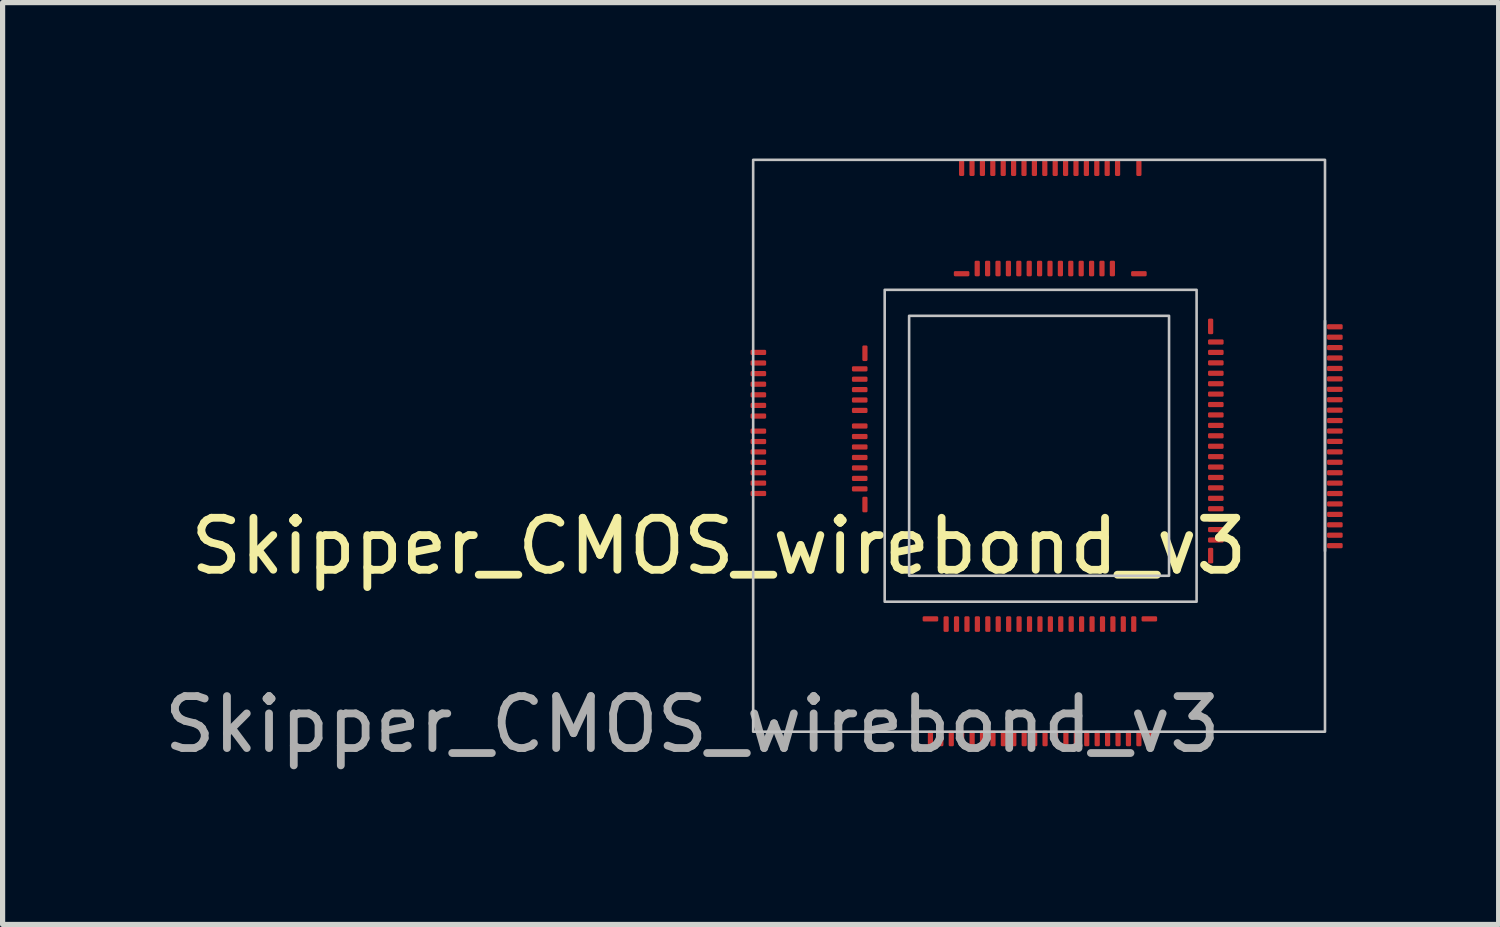
<source format=kicad_pcb>
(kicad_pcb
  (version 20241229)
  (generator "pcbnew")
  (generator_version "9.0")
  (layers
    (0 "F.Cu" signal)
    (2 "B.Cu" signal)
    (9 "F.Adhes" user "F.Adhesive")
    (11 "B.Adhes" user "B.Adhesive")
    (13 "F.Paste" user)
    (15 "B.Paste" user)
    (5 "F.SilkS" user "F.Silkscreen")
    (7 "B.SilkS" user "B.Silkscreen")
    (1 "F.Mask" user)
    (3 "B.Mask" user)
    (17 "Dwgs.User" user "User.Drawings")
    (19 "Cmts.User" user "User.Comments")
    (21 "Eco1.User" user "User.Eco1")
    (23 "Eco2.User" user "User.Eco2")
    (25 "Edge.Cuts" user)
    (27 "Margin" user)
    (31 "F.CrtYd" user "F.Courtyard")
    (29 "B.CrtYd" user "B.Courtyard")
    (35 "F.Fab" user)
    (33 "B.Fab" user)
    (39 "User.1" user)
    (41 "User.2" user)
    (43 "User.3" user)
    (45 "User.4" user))
  (footprint "Skipper_CMOS_wirebond_v3"
    (layer "F.Cu")
    (at 14.438 8.025)
    (property "Reference" "Skipper_CMOS_wirebond_v3" (at -3.66 -0.57 0) (unlocked yes) (layer "F.SilkS") (effects (font (size 1 1) (thickness 0.15))))
    (attr smd)
    (fp_line (start 8 -0.475) (end 8 -4.905) (stroke (width 0.05) (type solid)) (layer "Dwgs.User"))
    (fp_rect (start -3 -8) (end 8 3) (stroke (width 0.05) (type solid)) (fill no) (layer "Dwgs.User"))
    (fp_rect (start -0.47 -5.5) (end 5.53 0.5) (stroke (width 0.05) (type solid)) (fill no) (layer "Dwgs.User"))
    (fp_rect (start 0 0) (end 5 -5) (stroke (width 0.05) (type solid)) (fill no) (layer "Dwgs.User"))
    (fp_rect (start 0.23 -1.55) (end 0.75 -4.19) (stroke (width 0.05) (type solid)) (fill no) (layer "User.1"))
    (fp_rect (start 0.5 -0.66) (end 4.55 -0.18) (stroke (width 0.05) (type solid)) (fill no) (layer "User.1"))
    (fp_rect (start 1.105 -4.8) (end 3.935 -4.28) (stroke (width 0.05) (type solid)) (fill no) (layer "User.1"))
    (fp_rect (start 4.33 -0.79) (end 4.76 -4.69) (stroke (width 0.05) (type solid)) (fill no) (layer "User.1"))
    (fp_text user "${REFERENCE}" (at -4.17 2.86 0) (unlocked yes) (layer "F.Fab") (effects (font (size 1 1) (thickness 0.15))))
    (fp_text user "Analog Front-End" (at 2.53 -0.41 0) (unlocked yes) (layer "User.1") (effects (font (size 0.27 0.27) (thickness 0.04))))
    (fp_text user "TOP pixel Supplies-REFs" (at 2.51 -4.53 180) (unlocked yes) (layer "User.1") (effects (font (size 0.14 0.14) (thickness 0.02))))
    (fp_text user "Matrix Ctrl Logic" (at 0.48 -2.88 270) (unlocked yes) (layer "User.1") (effects (font (size 0.2 0.2) (thickness 0.035))))
    (fp_text user "Test Structures" (at 4.55 -2.75 90) (unlocked yes) (layer "User.1") (effects (font (size 0.27 0.27) (thickness 0.04))))
    (pad "" smd roundrect (at 0.076 -4.279 180) (size 0.12 0.08) (layers "F.Mask" "F.Paste") (roundrect_rratio 0.25))
    (pad "" smd roundrect (at 0.076 -4.179 180) (size 0.12 0.08) (layers "F.Mask" "F.Paste") (roundrect_rratio 0.25))
    (pad "" smd roundrect (at 0.076 -4.08 180) (size 0.12 0.08) (layers "F.Mask" "F.Paste") (roundrect_rratio 0.25))
    (pad "" smd roundrect (at 0.076 -3.979 180) (size 0.12 0.08) (layers "F.Mask" "F.Paste") (roundrect_rratio 0.25))
    (pad "" smd roundrect (at 0.076 -3.88 180) (size 0.12 0.08) (layers "F.Mask" "F.Paste") (roundrect_rratio 0.25))
    (pad "" smd roundrect (at 0.076 -3.78 180) (size 0.12 0.08) (layers "F.Mask" "F.Paste") (roundrect_rratio 0.25))
    (pad "" smd roundrect (at 0.076 -3.679 180) (size 0.12 0.08) (layers "F.Mask" "F.Paste") (roundrect_rratio 0.25))
    (pad "" smd roundrect (at 0.076 -3.579 180) (size 0.12 0.08) (layers "F.Mask" "F.Paste") (roundrect_rratio 0.25))
    (pad "" smd roundrect (at 0.076 -3.479 180) (size 0.12 0.08) (layers "F.Mask" "F.Paste") (roundrect_rratio 0.25))
    (pad "" smd roundrect (at 0.076 -3.38 180) (size 0.12 0.08) (layers "F.Mask" "F.Paste") (roundrect_rratio 0.25))
    (pad "" smd roundrect (at 0.076 -3.28 180) (size 0.12 0.08) (layers "F.Mask" "F.Paste") (roundrect_rratio 0.25))
    (pad "" smd roundrect (at 0.076 -3.179 180) (size 0.12 0.08) (layers "F.Mask" "F.Paste") (roundrect_rratio 0.25))
    (pad "" smd roundrect (at 0.076 -3.079 180) (size 0.12 0.08) (layers "F.Mask" "F.Paste") (roundrect_rratio 0.25))
    (pad "" smd roundrect (at 0.076 -2.88 180) (size 0.12 0.08) (layers "F.Mask" "F.Paste") (roundrect_rratio 0.25))
    (pad "" smd roundrect (at 0.076 -2.78 180) (size 0.12 0.08) (layers "F.Mask" "F.Paste") (roundrect_rratio 0.25))
    (pad "" smd roundrect (at 0.076 -2.679 180) (size 0.12 0.08) (layers "F.Mask" "F.Paste") (roundrect_rratio 0.25))
    (pad "" smd roundrect (at 0.076 -2.579 180) (size 0.12 0.08) (layers "F.Mask" "F.Paste") (roundrect_rratio 0.25))
    (pad "" smd roundrect (at 0.076 -2.479 180) (size 0.12 0.08) (layers "F.Mask" "F.Paste") (roundrect_rratio 0.25))
    (pad "" smd roundrect (at 0.076 -2.38 180) (size 0.12 0.08) (layers "F.Mask" "F.Paste") (roundrect_rratio 0.25))
    (pad "" smd roundrect (at 0.076 -2.28 180) (size 0.12 0.08) (layers "F.Mask" "F.Paste") (roundrect_rratio 0.25))
    (pad "" smd roundrect (at 0.076 -2.179 180) (size 0.12 0.08) (layers "F.Mask" "F.Paste") (roundrect_rratio 0.25))
    (pad "" smd roundrect (at 0.076 -2.079 180) (size 0.12 0.08) (layers "F.Mask" "F.Paste") (roundrect_rratio 0.25))
    (pad "" smd roundrect (at 0.076 -1.98 180) (size 0.12 0.08) (layers "F.Mask" "F.Paste") (roundrect_rratio 0.25))
    (pad "" smd roundrect (at 0.076 -1.879 180) (size 0.12 0.08) (layers "F.Mask" "F.Paste") (roundrect_rratio 0.25))
    (pad "" smd roundrect (at 0.076 -1.78 180) (size 0.12 0.08) (layers "F.Mask" "F.Paste") (roundrect_rratio 0.25))
    (pad "" smd roundrect (at 0.076 -1.679 180) (size 0.12 0.08) (layers "F.Mask" "F.Paste") (roundrect_rratio 0.25))
    (pad "" smd roundrect (at 0.076 -1.579 180) (size 0.12 0.08) (layers "F.Mask" "F.Paste") (roundrect_rratio 0.25))
    (pad "" smd roundrect (at 0.076 -1.48 180) (size 0.12 0.08) (layers "F.Mask" "F.Paste") (roundrect_rratio 0.25))
    (pad "" smd roundrect (at 0.413 -0.071 90) (size 0.12 0.08) (layers "F.Mask" "F.Paste") (roundrect_rratio 0.25))
    (pad "" smd roundrect (at 0.513 -0.071 90) (size 0.12 0.08) (layers "F.Mask" "F.Paste") (roundrect_rratio 0.25))
    (pad "" smd roundrect (at 0.614 -0.071 90) (size 0.12 0.08) (layers "F.Mask" "F.Paste") (roundrect_rratio 0.25))
    (pad "" smd roundrect (at 0.714 -0.071 90) (size 0.12 0.08) (layers "F.Mask" "F.Paste") (roundrect_rratio 0.25))
    (pad "" smd roundrect (at 0.814 -0.071 90) (size 0.12 0.08) (layers "F.Mask" "F.Paste") (roundrect_rratio 0.25))
    (pad "" smd roundrect (at 0.913 -0.071 90) (size 0.12 0.08) (layers "F.Mask" "F.Paste") (roundrect_rratio 0.25))
    (pad "" smd roundrect (at 1.014 -4.928 90) (size 0.12 0.08) (layers "F.Mask" "F.Paste") (roundrect_rratio 0.25))
    (pad "" smd roundrect (at 1.014 -0.071 90) (size 0.12 0.08) (layers "F.Mask" "F.Paste") (roundrect_rratio 0.25))
    (pad "" smd roundrect (at 1.113 -4.928 90) (size 0.12 0.08) (layers "F.Mask" "F.Paste") (roundrect_rratio 0.25))
    (pad "" smd roundrect (at 1.113 -0.071 90) (size 0.12 0.08) (layers "F.Mask" "F.Paste") (roundrect_rratio 0.25))
    (pad "" smd roundrect (at 1.214 -4.928 90) (size 0.12 0.08) (layers "F.Mask" "F.Paste") (roundrect_rratio 0.25))
    (pad "" smd roundrect (at 1.214 -0.071 90) (size 0.12 0.08) (layers "F.Mask" "F.Paste") (roundrect_rratio 0.25))
    (pad "" smd roundrect (at 1.313 -4.928 90) (size 0.12 0.08) (layers "F.Mask" "F.Paste") (roundrect_rratio 0.25))
    (pad "" smd roundrect (at 1.313 -0.071 90) (size 0.12 0.08) (layers "F.Mask" "F.Paste") (roundrect_rratio 0.25))
    (pad "" smd roundrect (at 1.413 -4.928 90) (size 0.12 0.08) (layers "F.Mask" "F.Paste") (roundrect_rratio 0.25))
    (pad "" smd roundrect (at 1.413 -0.071 90) (size 0.12 0.08) (layers "F.Mask" "F.Paste") (roundrect_rratio 0.25))
    (pad "" smd roundrect (at 1.514 -4.928 90) (size 0.12 0.08) (layers "F.Mask" "F.Paste") (roundrect_rratio 0.25))
    (pad "" smd roundrect (at 1.514 -0.071 90) (size 0.12 0.08) (layers "F.Mask" "F.Paste") (roundrect_rratio 0.25))
    (pad "" smd roundrect (at 1.613 -4.928 90) (size 0.12 0.08) (layers "F.Mask" "F.Paste") (roundrect_rratio 0.25))
    (pad "" smd roundrect (at 1.613 -0.071 90) (size 0.12 0.08) (layers "F.Mask" "F.Paste") (roundrect_rratio 0.25))
    (pad "" smd roundrect (at 1.714 -4.928 90) (size 0.12 0.08) (layers "F.Mask" "F.Paste") (roundrect_rratio 0.25))
    (pad "" smd roundrect (at 1.714 -0.071 90) (size 0.12 0.08) (layers "F.Mask" "F.Paste") (roundrect_rratio 0.25))
    (pad "" smd roundrect (at 1.813 -4.928 90) (size 0.12 0.08) (layers "F.Mask" "F.Paste") (roundrect_rratio 0.25))
    (pad "" smd roundrect (at 1.813 -0.071 90) (size 0.12 0.08) (layers "F.Mask" "F.Paste") (roundrect_rratio 0.25))
    (pad "" smd roundrect (at 1.913 -4.928 90) (size 0.12 0.08) (layers "F.Mask" "F.Paste") (roundrect_rratio 0.25))
    (pad "" smd roundrect (at 1.913 -0.071 90) (size 0.12 0.08) (layers "F.Mask" "F.Paste") (roundrect_rratio 0.25))
    (pad "" smd roundrect (at 2.014 -4.928 90) (size 0.12 0.08) (layers "F.Mask" "F.Paste") (roundrect_rratio 0.25))
    (pad "" smd roundrect (at 2.014 -0.071 90) (size 0.12 0.08) (layers "F.Mask" "F.Paste") (roundrect_rratio 0.25))
    (pad "" smd roundrect (at 2.114 -4.928 90) (size 0.12 0.08) (layers "F.Mask" "F.Paste") (roundrect_rratio 0.25))
    (pad "" smd roundrect (at 2.114 -0.071 90) (size 0.12 0.08) (layers "F.Mask" "F.Paste") (roundrect_rratio 0.25))
    (pad "" smd roundrect (at 2.213 -4.928 90) (size 0.12 0.08) (layers "F.Mask" "F.Paste") (roundrect_rratio 0.25))
    (pad "" smd roundrect (at 2.213 -0.071 90) (size 0.12 0.08) (layers "F.Mask" "F.Paste") (roundrect_rratio 0.25))
    (pad "" smd roundrect (at 2.313 -4.928 90) (size 0.12 0.08) (layers "F.Mask" "F.Paste") (roundrect_rratio 0.25))
    (pad "" smd roundrect (at 2.313 -0.071 90) (size 0.12 0.08) (layers "F.Mask" "F.Paste") (roundrect_rratio 0.25))
    (pad "" smd roundrect (at 2.413 -4.928 90) (size 0.12 0.08) (layers "F.Mask" "F.Paste") (roundrect_rratio 0.25))
    (pad "" smd roundrect (at 2.413 -0.071 90) (size 0.12 0.08) (layers "F.Mask" "F.Paste") (roundrect_rratio 0.25))
    (pad "" smd roundrect (at 2.514 -4.928 90) (size 0.12 0.08) (layers "F.Mask" "F.Paste") (roundrect_rratio 0.25))
    (pad "" smd roundrect (at 2.514 -0.071 90) (size 0.12 0.08) (layers "F.Mask" "F.Paste") (roundrect_rratio 0.25))
    (pad "" smd roundrect (at 2.614 -4.928 90) (size 0.12 0.08) (layers "F.Mask" "F.Paste") (roundrect_rratio 0.25))
    (pad "" smd roundrect (at 2.614 -0.071 90) (size 0.12 0.08) (layers "F.Mask" "F.Paste") (roundrect_rratio 0.25))
    (pad "" smd roundrect (at 2.713 -4.928 90) (size 0.12 0.08) (layers "F.Mask" "F.Paste") (roundrect_rratio 0.25))
    (pad "" smd roundrect (at 2.713 -0.071 90) (size 0.12 0.08) (layers "F.Mask" "F.Paste") (roundrect_rratio 0.25))
    (pad "" smd roundrect (at 2.813 -4.928 90) (size 0.12 0.08) (layers "F.Mask" "F.Paste") (roundrect_rratio 0.25))
    (pad "" smd roundrect (at 2.813 -0.071 90) (size 0.12 0.08) (layers "F.Mask" "F.Paste") (roundrect_rratio 0.25))
    (pad "" smd roundrect (at 2.913 -4.928 90) (size 0.12 0.08) (layers "F.Mask" "F.Paste") (roundrect_rratio 0.25))
    (pad "" smd roundrect (at 2.913 -0.071 90) (size 0.12 0.08) (layers "F.Mask" "F.Paste") (roundrect_rratio 0.25))
    (pad "" smd roundrect (at 3.014 -4.928 90) (size 0.12 0.08) (layers "F.Mask" "F.Paste") (roundrect_rratio 0.25))
    (pad "" smd roundrect (at 3.014 -0.071 90) (size 0.12 0.08) (layers "F.Mask" "F.Paste") (roundrect_rratio 0.25))
    (pad "" smd roundrect (at 3.114 -4.928 90) (size 0.12 0.08) (layers "F.Mask" "F.Paste") (roundrect_rratio 0.25))
    (pad "" smd roundrect (at 3.114 -0.071 90) (size 0.12 0.08) (layers "F.Mask" "F.Paste") (roundrect_rratio 0.25))
    (pad "" smd roundrect (at 3.213 -4.928 90) (size 0.12 0.08) (layers "F.Mask" "F.Paste") (roundrect_rratio 0.25))
    (pad "" smd roundrect (at 3.213 -0.071 90) (size 0.12 0.08) (layers "F.Mask" "F.Paste") (roundrect_rratio 0.25))
    (pad "" smd roundrect (at 3.313 -4.928 90) (size 0.12 0.08) (layers "F.Mask" "F.Paste") (roundrect_rratio 0.25))
    (pad "" smd roundrect (at 3.313 -0.071 90) (size 0.12 0.08) (layers "F.Mask" "F.Paste") (roundrect_rratio 0.25))
    (pad "" smd roundrect (at 3.413 -4.928 90) (size 0.12 0.08) (layers "F.Mask" "F.Paste") (roundrect_rratio 0.25))
    (pad "" smd roundrect (at 3.413 -0.071 90) (size 0.12 0.08) (layers "F.Mask" "F.Paste") (roundrect_rratio 0.25))
    (pad "" smd roundrect (at 3.514 -4.928 90) (size 0.12 0.08) (layers "F.Mask" "F.Paste") (roundrect_rratio 0.25))
    (pad "" smd roundrect (at 3.514 -0.071 90) (size 0.12 0.08) (layers "F.Mask" "F.Paste") (roundrect_rratio 0.25))
    (pad "" smd roundrect (at 3.614 -4.928 90) (size 0.12 0.08) (layers "F.Mask" "F.Paste") (roundrect_rratio 0.25))
    (pad "" smd roundrect (at 3.614 -0.071 90) (size 0.12 0.08) (layers "F.Mask" "F.Paste") (roundrect_rratio 0.25))
    (pad "" smd roundrect (at 3.713 -4.928 90) (size 0.12 0.08) (layers "F.Mask" "F.Paste") (roundrect_rratio 0.25))
    (pad "" smd roundrect (at 3.713 -0.071 90) (size 0.12 0.08) (layers "F.Mask" "F.Paste") (roundrect_rratio 0.25))
    (pad "" smd roundrect (at 3.813 -4.928 90) (size 0.12 0.08) (layers "F.Mask" "F.Paste") (roundrect_rratio 0.25))
    (pad "" smd roundrect (at 3.813 -0.071 90) (size 0.12 0.08) (layers "F.Mask" "F.Paste") (roundrect_rratio 0.25))
    (pad "" smd roundrect (at 3.913 -4.928 90) (size 0.12 0.08) (layers "F.Mask" "F.Paste") (roundrect_rratio 0.25))
    (pad "" smd roundrect (at 3.913 -0.071 90) (size 0.12 0.08) (layers "F.Mask" "F.Paste") (roundrect_rratio 0.25))
    (pad "" smd roundrect (at 4.013 -4.928 90) (size 0.12 0.08) (layers "F.Mask" "F.Paste") (roundrect_rratio 0.25))
    (pad "" smd roundrect (at 4.013 -0.071 90) (size 0.12 0.08) (layers "F.Mask" "F.Paste") (roundrect_rratio 0.25))
    (pad "" smd roundrect (at 4.114 -0.071 90) (size 0.12 0.08) (layers "F.Mask" "F.Paste") (roundrect_rratio 0.25))
    (pad "" smd roundrect (at 4.213 -0.071 90) (size 0.12 0.08) (layers "F.Mask" "F.Paste") (roundrect_rratio 0.25))
    (pad "" smd roundrect (at 4.314 -0.071 90) (size 0.12 0.08) (layers "F.Mask" "F.Paste") (roundrect_rratio 0.25))
    (pad "" smd roundrect (at 4.319 -4.928 90) (size 0.12 0.08) (layers "F.Mask" "F.Paste") (roundrect_rratio 0.25))
    (pad "" smd roundrect (at 4.413 -0.071 90) (size 0.12 0.08) (layers "F.Mask" "F.Paste") (roundrect_rratio 0.25))
    (pad "" smd roundrect (at 4.42 -4.928 90) (size 0.12 0.08) (layers "F.Mask" "F.Paste") (roundrect_rratio 0.25))
    (pad "" smd roundrect (at 4.513 -0.071 90) (size 0.12 0.08) (layers "F.Mask" "F.Paste") (roundrect_rratio 0.25))
    (pad "" smd roundrect (at 4.614 -0.071 90) (size 0.12 0.08) (layers "F.Mask" "F.Paste") (roundrect_rratio 0.25))
    (pad "" smd roundrect (at 4.92 -4.79 180) (size 0.12 0.08) (layers "F.Mask" "F.Paste") (roundrect_rratio 0.25))
    (pad "" smd roundrect (at 4.92 -4.689 180) (size 0.12 0.08) (layers "F.Mask" "F.Paste") (roundrect_rratio 0.25))
    (pad "" smd roundrect (at 4.92 -4.59 180) (size 0.12 0.08) (layers "F.Mask" "F.Paste") (roundrect_rratio 0.25))
    (pad "" smd roundrect (at 4.92 -4.489 180) (size 0.12 0.08) (layers "F.Mask" "F.Paste") (roundrect_rratio 0.25))
    (pad "" smd roundrect (at 4.92 -4.389 180) (size 0.12 0.08) (layers "F.Mask" "F.Paste") (roundrect_rratio 0.25))
    (pad "" smd roundrect (at 4.92 -4.29 180) (size 0.12 0.08) (layers "F.Mask" "F.Paste") (roundrect_rratio 0.25))
    (pad "" smd roundrect (at 4.92 -4.189 180) (size 0.12 0.08) (layers "F.Mask" "F.Paste") (roundrect_rratio 0.25))
    (pad "" smd roundrect (at 4.92 -4.09 180) (size 0.12 0.08) (layers "F.Mask" "F.Paste") (roundrect_rratio 0.25))
    (pad "" smd roundrect (at 4.92 -3.99 180) (size 0.12 0.08) (layers "F.Mask" "F.Paste") (roundrect_rratio 0.25))
    (pad "" smd roundrect (at 4.92 -3.889 180) (size 0.12 0.08) (layers "F.Mask" "F.Paste") (roundrect_rratio 0.25))
    (pad "" smd roundrect (at 4.92 -3.789 180) (size 0.12 0.08) (layers "F.Mask" "F.Paste") (roundrect_rratio 0.25))
    (pad "" smd roundrect (at 4.92 -3.689 180) (size 0.12 0.08) (layers "F.Mask" "F.Paste") (roundrect_rratio 0.25))
    (pad "" smd roundrect (at 4.92 -3.59 180) (size 0.12 0.08) (layers "F.Mask" "F.Paste") (roundrect_rratio 0.25))
    (pad "" smd roundrect (at 4.92 -3.49 180) (size 0.12 0.08) (layers "F.Mask" "F.Paste") (roundrect_rratio 0.25))
    (pad "" smd roundrect (at 4.92 -3.389 180) (size 0.12 0.08) (layers "F.Mask" "F.Paste") (roundrect_rratio 0.25))
    (pad "" smd roundrect (at 4.92 -3.289 180) (size 0.12 0.08) (layers "F.Mask" "F.Paste") (roundrect_rratio 0.25))
    (pad "" smd roundrect (at 4.92 -3.189 180) (size 0.12 0.08) (layers "F.Mask" "F.Paste") (roundrect_rratio 0.25))
    (pad "" smd roundrect (at 4.92 -3.09 180) (size 0.12 0.08) (layers "F.Mask" "F.Paste") (roundrect_rratio 0.25))
    (pad "" smd roundrect (at 4.92 -2.99 180) (size 0.12 0.08) (layers "F.Mask" "F.Paste") (roundrect_rratio 0.25))
    (pad "" smd roundrect (at 4.92 -2.889 180) (size 0.12 0.08) (layers "F.Mask" "F.Paste") (roundrect_rratio 0.25))
    (pad "" smd roundrect (at 4.92 -2.789 180) (size 0.12 0.08) (layers "F.Mask" "F.Paste") (roundrect_rratio 0.25))
    (pad "" smd roundrect (at 4.92 -2.689 180) (size 0.12 0.08) (layers "F.Mask" "F.Paste") (roundrect_rratio 0.25))
    (pad "" smd roundrect (at 4.92 -2.59 180) (size 0.12 0.08) (layers "F.Mask" "F.Paste") (roundrect_rratio 0.25))
    (pad "" smd roundrect (at 4.92 -2.49 180) (size 0.12 0.08) (layers "F.Mask" "F.Paste") (roundrect_rratio 0.25))
    (pad "" smd roundrect (at 4.92 -2.389 180) (size 0.12 0.08) (layers "F.Mask" "F.Paste") (roundrect_rratio 0.25))
    (pad "" smd roundrect (at 4.92 -2.289 180) (size 0.12 0.08) (layers "F.Mask" "F.Paste") (roundrect_rratio 0.25))
    (pad "" smd roundrect (at 4.92 -2.189 180) (size 0.12 0.08) (layers "F.Mask" "F.Paste") (roundrect_rratio 0.25))
    (pad "" smd roundrect (at 4.92 -2.09 180) (size 0.12 0.08) (layers "F.Mask" "F.Paste") (roundrect_rratio 0.25))
    (pad "" smd roundrect (at 4.92 -1.99 180) (size 0.12 0.08) (layers "F.Mask" "F.Paste") (roundrect_rratio 0.25))
    (pad "" smd roundrect (at 4.92 -1.889 180) (size 0.12 0.08) (layers "F.Mask" "F.Paste") (roundrect_rratio 0.25))
    (pad "" smd roundrect (at 4.92 -1.79 180) (size 0.12 0.08) (layers "F.Mask" "F.Paste") (roundrect_rratio 0.25))
    (pad "" smd roundrect (at 4.92 -1.69 180) (size 0.12 0.08) (layers "F.Mask" "F.Paste") (roundrect_rratio 0.25))
    (pad "" smd roundrect (at 4.92 -1.589 180) (size 0.12 0.08) (layers "F.Mask" "F.Paste") (roundrect_rratio 0.25))
    (pad "" smd roundrect (at 4.92 -1.49 180) (size 0.12 0.08) (layers "F.Mask" "F.Paste") (roundrect_rratio 0.25))
    (pad "" smd roundrect (at 4.92 -1.389 180) (size 0.12 0.08) (layers "F.Mask" "F.Paste") (roundrect_rratio 0.25))
    (pad "" smd roundrect (at 4.92 -1.29 180) (size 0.12 0.08) (layers "F.Mask" "F.Paste") (roundrect_rratio 0.25))
    (pad "" smd roundrect (at 4.92 -1.19 180) (size 0.12 0.08) (layers "F.Mask" "F.Paste") (roundrect_rratio 0.25))
    (pad "" smd roundrect (at 4.92 -1.089 180) (size 0.12 0.08) (layers "F.Mask" "F.Paste") (roundrect_rratio 0.25))
    (pad "" smd roundrect (at 4.92 -0.99 180) (size 0.12 0.08) (layers "F.Mask" "F.Paste") (roundrect_rratio 0.25))
    (pad "" smd roundrect (at 4.92 -0.889 180) (size 0.12 0.08) (layers "F.Mask" "F.Paste") (roundrect_rratio 0.25))
    (pad "" smd roundrect (at 4.92 -0.789 180) (size 0.12 0.08) (layers "F.Mask" "F.Paste") (roundrect_rratio 0.25))
    (pad "" smd roundrect (at 4.92 -0.69 180) (size 0.12 0.08) (layers "F.Mask" "F.Paste") (roundrect_rratio 0.25))
    (pad "" smd roundrect (at 4.92 -0.59 180) (size 0.12 0.08) (layers "F.Mask" "F.Paste") (roundrect_rratio 0.25))
    (pad "" smd roundrect (at 4.92 -0.489 180) (size 0.12 0.08) (layers "F.Mask" "F.Paste") (roundrect_rratio 0.25))
    (pad "1" smd roundrect (at 0.41 3.13 90) (size 0.3 0.1) (layers "F.Cu" "F.Mask" "F.Paste") (roundrect_rratio 0.25))
    (pad "2" smd roundrect (at 0.41 0.83) (size 0.3 0.1) (layers "F.Cu" "F.Mask" "F.Paste") (roundrect_rratio 0.25))
    (pad "3" smd roundrect (at 0.61 3.13 270) (size 0.3 0.1) (layers "F.Cu" "F.Mask" "F.Paste") (roundrect_rratio 0.25))
    (pad "4" smd roundrect (at 0.712 0.93 270) (size 0.3 0.1) (layers "F.Cu" "F.Mask" "F.Paste") (roundrect_rratio 0.25))
    (pad "5" smd roundrect (at 0.811 3.13 270) (size 0.3 0.1) (layers "F.Cu" "F.Mask" "F.Paste") (roundrect_rratio 0.25))
    (pad "6" smd roundrect (at 0.912 0.93 270) (size 0.3 0.1) (layers "F.Cu" "F.Mask" "F.Paste") (roundrect_rratio 0.25))
    (pad "7" smd roundrect (at 1.011 3.13 90) (size 0.3 0.1) (layers "F.Cu" "F.Mask" "F.Paste") (roundrect_rratio 0.25))
    (pad "8" smd roundrect (at 1.113 0.93 270) (size 0.3 0.1) (layers "F.Cu" "F.Mask" "F.Paste") (roundrect_rratio 0.25))
    (pad "9" smd roundrect (at 1.212 3.13 270) (size 0.3 0.1) (layers "F.Cu" "F.Mask" "F.Paste") (roundrect_rratio 0.25))
    (pad "10" smd roundrect (at 1.313 0.93 270) (size 0.3 0.1) (layers "F.Cu" "F.Mask" "F.Paste") (roundrect_rratio 0.25))
    (pad "11" smd roundrect (at 1.412 3.13 270) (size 0.3 0.1) (layers "F.Cu" "F.Mask" "F.Paste") (roundrect_rratio 0.25))
    (pad "12" smd roundrect (at 1.514 0.93 270) (size 0.3 0.1) (layers "F.Cu" "F.Mask" "F.Paste") (roundrect_rratio 0.25))
    (pad "13" smd roundrect (at 1.613 3.13 270) (size 0.3 0.1) (layers "F.Cu" "F.Mask" "F.Paste") (roundrect_rratio 0.25))
    (pad "14" smd roundrect (at 1.714 0.93 270) (size 0.3 0.1) (layers "F.Cu" "F.Mask" "F.Paste") (roundrect_rratio 0.25))
    (pad "15" smd roundrect (at 1.813 3.13 270) (size 0.3 0.1) (layers "F.Cu" "F.Mask" "F.Paste") (roundrect_rratio 0.25))
    (pad "16" smd roundrect (at 1.915 0.93 270) (size 0.3 0.1) (layers "F.Cu" "F.Mask" "F.Paste") (roundrect_rratio 0.25))
    (pad "17" smd roundrect (at 2.014 3.13 270) (size 0.3 0.1) (layers "F.Cu" "F.Mask" "F.Paste") (roundrect_rratio 0.25))
    (pad "18" smd roundrect (at 2.115 0.93 90) (size 0.3 0.1) (layers "F.Cu" "F.Mask" "F.Paste") (roundrect_rratio 0.25))
    (pad "19" smd roundrect (at 2.214 3.13 90) (size 0.3 0.1) (layers "F.Cu" "F.Mask" "F.Paste") (roundrect_rratio 0.25))
    (pad "20" smd roundrect (at 2.316 0.93 90) (size 0.3 0.1) (layers "F.Cu" "F.Mask" "F.Paste") (roundrect_rratio 0.25))
    (pad "21" smd roundrect (at 2.415 3.13 90) (size 0.3 0.1) (layers "F.Cu" "F.Mask" "F.Paste") (roundrect_rratio 0.25))
    (pad "22" smd roundrect (at 2.517 0.93 90) (size 0.3 0.1) (layers "F.Cu" "F.Mask" "F.Paste") (roundrect_rratio 0.25))
    (pad "23" smd roundrect (at 2.615 3.13 90) (size 0.3 0.1) (layers "F.Cu" "F.Mask" "F.Paste") (roundrect_rratio 0.25))
    (pad "24" smd roundrect (at 2.717 0.93 90) (size 0.3 0.1) (layers "F.Cu" "F.Mask" "F.Paste") (roundrect_rratio 0.25))
    (pad "25" smd roundrect (at 2.816 3.13 90) (size 0.3 0.1) (layers "F.Cu" "F.Mask" "F.Paste") (roundrect_rratio 0.25))
    (pad "26" smd roundrect (at 2.917 0.93 90) (size 0.3 0.1) (layers "F.Cu" "F.Mask" "F.Paste") (roundrect_rratio 0.25))
    (pad "27" smd roundrect (at 3.016 3.13 90) (size 0.3 0.1) (layers "F.Cu" "F.Mask" "F.Paste") (roundrect_rratio 0.25))
    (pad "28" smd roundrect (at 3.118 0.93 90) (size 0.3 0.1) (layers "F.Cu" "F.Mask" "F.Paste") (roundrect_rratio 0.25))
    (pad "29" smd roundrect (at 3.217 3.13 90) (size 0.3 0.1) (layers "F.Cu" "F.Mask" "F.Paste") (roundrect_rratio 0.25))
    (pad "30" smd roundrect (at 3.318 0.93 90) (size 0.3 0.1) (layers "F.Cu" "F.Mask" "F.Paste") (roundrect_rratio 0.25))
    (pad "31" smd roundrect (at 3.417 3.13 90) (size 0.3 0.1) (layers "F.Cu" "F.Mask" "F.Paste") (roundrect_rratio 0.25))
    (pad "32" smd roundrect (at 3.519 0.93 90) (size 0.3 0.1) (layers "F.Cu" "F.Mask" "F.Paste") (roundrect_rratio 0.25))
    (pad "33" smd roundrect (at 3.618 3.13 90) (size 0.3 0.1) (layers "F.Cu" "F.Mask" "F.Paste") (roundrect_rratio 0.25))
    (pad "34" smd roundrect (at 3.72 0.93 90) (size 0.3 0.1) (layers "F.Cu" "F.Mask" "F.Paste") (roundrect_rratio 0.25))
    (pad "35" smd roundrect (at 3.818 3.13 90) (size 0.3 0.1) (layers "F.Cu" "F.Mask" "F.Paste") (roundrect_rratio 0.25))
    (pad "36" smd roundrect (at 3.92 0.93 90) (size 0.3 0.1) (layers "F.Cu" "F.Mask" "F.Paste") (roundrect_rratio 0.25))
    (pad "37" smd roundrect (at 4.019 3.13 90) (size 0.3 0.1) (layers "F.Cu" "F.Mask" "F.Paste") (roundrect_rratio 0.25))
    (pad "38" smd roundrect (at 4.12 0.93 90) (size 0.3 0.1) (layers "F.Cu" "F.Mask" "F.Paste") (roundrect_rratio 0.25))
    (pad "39" smd roundrect (at 4.219 3.13 90) (size 0.3 0.1) (layers "F.Cu" "F.Mask" "F.Paste") (roundrect_rratio 0.25))
    (pad "40" smd roundrect (at 4.321 0.93 90) (size 0.3 0.1) (layers "F.Cu" "F.Mask" "F.Paste") (roundrect_rratio 0.25))
    (pad "41" smd roundrect (at 4.42 3.13 90) (size 0.3 0.1) (layers "F.Cu" "F.Mask" "F.Paste") (roundrect_rratio 0.25))
    (pad "42" smd roundrect (at 4.621 0.83 180) (size 0.3 0.1) (layers "F.Cu" "F.Mask" "F.Paste") (roundrect_rratio 0.25))
    (pad "43" smd roundrect (at 4.62 3.13 90) (size 0.3 0.1) (layers "F.Cu" "F.Mask" "F.Paste") (roundrect_rratio 0.25))
    (pad "44" smd roundrect (at 1.01 -7.84 90) (size 0.3 0.1) (layers "F.Cu" "F.Mask" "F.Paste") (roundrect_rratio 0.25))
    (pad "45" smd roundrect (at 1.01 -5.81 180) (size 0.3 0.1) (layers "F.Cu" "F.Mask" "F.Paste") (roundrect_rratio 0.25))
    (pad "46" smd roundrect (at 1.21 -7.84 90) (size 0.3 0.1) (layers "F.Cu" "F.Mask" "F.Paste") (roundrect_rratio 0.25))
    (pad "47" smd roundrect (at 1.31 -5.91 90) (size 0.3 0.1) (layers "F.Cu" "F.Mask" "F.Paste") (roundrect_rratio 0.25))
    (pad "48" smd roundrect (at 1.41 -7.84 90) (size 0.3 0.1) (layers "F.Cu" "F.Mask" "F.Paste") (roundrect_rratio 0.25))
    (pad "49" smd roundrect (at 1.51 -5.91 90) (size 0.3 0.1) (layers "F.Cu" "F.Mask" "F.Paste") (roundrect_rratio 0.25))
    (pad "50" smd roundrect (at 1.61 -7.84 90) (size 0.3 0.1) (layers "F.Cu" "F.Mask" "F.Paste") (roundrect_rratio 0.25))
    (pad "51" smd roundrect (at 1.71 -5.91 90) (size 0.3 0.1) (layers "F.Cu" "F.Mask" "F.Paste") (roundrect_rratio 0.25))
    (pad "52" smd roundrect (at 1.81 -7.84 90) (size 0.3 0.1) (layers "F.Cu" "F.Mask" "F.Paste") (roundrect_rratio 0.25))
    (pad "53" smd roundrect (at 1.91 -5.91 90) (size 0.3 0.1) (layers "F.Cu" "F.Mask" "F.Paste") (roundrect_rratio 0.25))
    (pad "54" smd roundrect (at 2.01 -7.84 90) (size 0.3 0.1) (layers "F.Cu" "F.Mask" "F.Paste") (roundrect_rratio 0.25))
    (pad "55" smd roundrect (at 2.11 -5.91 90) (size 0.3 0.1) (layers "F.Cu" "F.Mask" "F.Paste") (roundrect_rratio 0.25))
    (pad "56" smd roundrect (at 2.21 -7.84 90) (size 0.3 0.1) (layers "F.Cu" "F.Mask" "F.Paste") (roundrect_rratio 0.25))
    (pad "57" smd roundrect (at 2.31 -5.91 90) (size 0.3 0.1) (layers "F.Cu" "F.Mask" "F.Paste") (roundrect_rratio 0.25))
    (pad "58" smd roundrect (at 2.41 -7.84 90) (size 0.3 0.1) (layers "F.Cu" "F.Mask" "F.Paste") (roundrect_rratio 0.25))
    (pad "59" smd roundrect (at 2.51 -5.91 90) (size 0.3 0.1) (layers "F.Cu" "F.Mask" "F.Paste") (roundrect_rratio 0.25))
    (pad "60" smd roundrect (at 2.61 -7.84 90) (size 0.3 0.1) (layers "F.Cu" "F.Mask" "F.Paste") (roundrect_rratio 0.25))
    (pad "61" smd roundrect (at 2.71 -5.91 90) (size 0.3 0.1) (layers "F.Cu" "F.Mask" "F.Paste") (roundrect_rratio 0.25))
    (pad "62" smd roundrect (at 2.81 -7.84 90) (size 0.3 0.1) (layers "F.Cu" "F.Mask" "F.Paste") (roundrect_rratio 0.25))
    (pad "63" smd roundrect (at 2.91 -5.91 90) (size 0.3 0.1) (layers "F.Cu" "F.Mask" "F.Paste") (roundrect_rratio 0.25))
    (pad "64" smd roundrect (at 3.01 -7.84 90) (size 0.3 0.1) (layers "F.Cu" "F.Mask" "F.Paste") (roundrect_rratio 0.25))
    (pad "65" smd roundrect (at 3.11 -5.91 90) (size 0.3 0.1) (layers "F.Cu" "F.Mask" "F.Paste") (roundrect_rratio 0.25))
    (pad "66" smd roundrect (at 3.21 -7.84 90) (size 0.3 0.1) (layers "F.Cu" "F.Mask" "F.Paste") (roundrect_rratio 0.25))
    (pad "67" smd roundrect (at 3.31 -5.91 90) (size 0.3 0.1) (layers "F.Cu" "F.Mask" "F.Paste") (roundrect_rratio 0.25))
    (pad "68" smd roundrect (at 3.41 -7.84 90) (size 0.3 0.1) (layers "F.Cu" "F.Mask" "F.Paste") (roundrect_rratio 0.25))
    (pad "69" smd roundrect (at 3.51 -5.91 90) (size 0.3 0.1) (layers "F.Cu" "F.Mask" "F.Paste") (roundrect_rratio 0.25))
    (pad "70" smd roundrect (at 3.61 -7.84 90) (size 0.3 0.1) (layers "F.Cu" "F.Mask" "F.Paste") (roundrect_rratio 0.25))
    (pad "71" smd roundrect (at 3.71 -5.91 90) (size 0.3 0.1) (layers "F.Cu" "F.Mask" "F.Paste") (roundrect_rratio 0.25))
    (pad "72" smd roundrect (at 3.81 -7.84 90) (size 0.3 0.1) (layers "F.Cu" "F.Mask" "F.Paste") (roundrect_rratio 0.25))
    (pad "73" smd roundrect (at 3.91 -5.91 90) (size 0.3 0.1) (layers "F.Cu" "F.Mask" "F.Paste") (roundrect_rratio 0.25))
    (pad "74" smd roundrect (at 4.01 -7.84 90) (size 0.3 0.1) (layers "F.Cu" "F.Mask" "F.Paste") (roundrect_rratio 0.25))
    (pad "75" smd roundrect (at -2.9 -4.296 180) (size 0.3 0.1) (layers "F.Cu" "F.Mask" "F.Paste") (roundrect_rratio 0.25))
    (pad "76" smd roundrect (at -0.85 -4.28 90) (size 0.3 0.1) (layers "F.Cu" "F.Mask" "F.Paste") (roundrect_rratio 0.25))
    (pad "77" smd roundrect (at -2.9 -4.092 180) (size 0.3 0.1) (layers "F.Cu" "F.Mask" "F.Paste") (roundrect_rratio 0.25))
    (pad "78" smd roundrect (at -0.95 -3.98 180) (size 0.3 0.1) (layers "F.Cu" "F.Mask" "F.Paste") (roundrect_rratio 0.25))
    (pad "79" smd roundrect (at -2.9 -3.888 180) (size 0.3 0.1) (layers "F.Cu" "F.Mask" "F.Paste") (roundrect_rratio 0.25))
    (pad "80" smd roundrect (at -0.95 -3.78 180) (size 0.3 0.1) (layers "F.Cu" "F.Mask" "F.Paste") (roundrect_rratio 0.25))
    (pad "81" smd roundrect (at -2.9 -3.684 180) (size 0.3 0.1) (layers "F.Cu" "F.Mask" "F.Paste") (roundrect_rratio 0.25))
    (pad "82" smd roundrect (at -0.95 -3.58 180) (size 0.3 0.1) (layers "F.Cu" "F.Mask" "F.Paste") (roundrect_rratio 0.25))
    (pad "83" smd roundrect (at -2.9 -3.48 180) (size 0.3 0.1) (layers "F.Cu" "F.Mask" "F.Paste") (roundrect_rratio 0.25))
    (pad "84" smd roundrect (at -0.95 -3.38 180) (size 0.3 0.1) (layers "F.Cu" "F.Mask" "F.Paste") (roundrect_rratio 0.25))
    (pad "85" smd roundrect (at -2.9 -3.276 180) (size 0.3 0.1) (layers "F.Cu" "F.Mask" "F.Paste") (roundrect_rratio 0.25))
    (pad "86" smd roundrect (at -0.95 -3.18 180) (size 0.3 0.1) (layers "F.Cu" "F.Mask" "F.Paste") (roundrect_rratio 0.25))
    (pad "87" smd roundrect (at -2.9 -3.072 180) (size 0.3 0.1) (layers "F.Cu" "F.Mask" "F.Paste") (roundrect_rratio 0.25))
    (pad "88" smd roundrect (at -0.95 -2.88 180) (size 0.3 0.1) (layers "F.Cu" "F.Mask" "F.Paste") (roundrect_rratio 0.25))
    (pad "89" smd roundrect (at -2.9 -2.782 180) (size 0.3 0.1) (layers "F.Cu" "F.Mask" "F.Paste") (roundrect_rratio 0.25))
    (pad "90" smd roundrect (at -0.95 -2.678 180) (size 0.3 0.1) (layers "F.Cu" "F.Mask" "F.Paste") (roundrect_rratio 0.25))
    (pad "91" smd roundrect (at -2.9 -2.582 180) (size 0.3 0.1) (layers "F.Cu" "F.Mask" "F.Paste") (roundrect_rratio 0.25))
    (pad "92" smd roundrect (at -0.95 -2.477 180) (size 0.3 0.1) (layers "F.Cu" "F.Mask" "F.Paste") (roundrect_rratio 0.25))
    (pad "93" smd roundrect (at -2.9 -2.382 180) (size 0.3 0.1) (layers "F.Cu" "F.Mask" "F.Paste") (roundrect_rratio 0.25))
    (pad "94" smd roundrect (at -0.95 -2.275 180) (size 0.3 0.1) (layers "F.Cu" "F.Mask" "F.Paste") (roundrect_rratio 0.25))
    (pad "95" smd roundrect (at -2.9 -2.182 180) (size 0.3 0.1) (layers "F.Cu" "F.Mask" "F.Paste") (roundrect_rratio 0.25))
    (pad "96" smd roundrect (at -0.95 -2.074 180) (size 0.3 0.1) (layers "F.Cu" "F.Mask" "F.Paste") (roundrect_rratio 0.25))
    (pad "97" smd roundrect (at -2.9 -1.982 180) (size 0.3 0.1) (layers "F.Cu" "F.Mask" "F.Paste") (roundrect_rratio 0.25))
    (pad "98" smd roundrect (at -0.95 -1.872 180) (size 0.3 0.1) (layers "F.Cu" "F.Mask" "F.Paste") (roundrect_rratio 0.25))
    (pad "99" smd roundrect (at -2.9 -1.782 180) (size 0.3 0.1) (layers "F.Cu" "F.Mask" "F.Paste") (roundrect_rratio 0.25))
    (pad "100" smd roundrect (at -0.95 -1.671 180) (size 0.3 0.1) (layers "F.Cu" "F.Mask" "F.Paste") (roundrect_rratio 0.25))
    (pad "101" smd roundrect (at -2.9 -1.582 180) (size 0.3 0.1) (layers "F.Cu" "F.Mask" "F.Paste") (roundrect_rratio 0.25))
    (pad "102" smd roundrect (at -0.85 -1.37 270) (size 0.3 0.1) (layers "F.Cu" "F.Mask" "F.Paste") (roundrect_rratio 0.25))
    (pad "103" smd roundrect (at 4.42 -7.84 90) (size 0.3 0.1) (layers "F.Cu" "F.Mask" "F.Paste") (roundrect_rratio 0.25))
    (pad "104" smd roundrect (at 4.42 -5.81) (size 0.3 0.1) (layers "F.Cu" "F.Mask" "F.Paste") (roundrect_rratio 0.25))
    (pad "105" smd roundrect (at 8.19 -4.789 180) (size 0.3 0.1) (layers "F.Cu" "F.Mask" "F.Paste") (roundrect_rratio 0.25))
    (pad "106" smd roundrect (at 5.8 -4.796 270) (size 0.3 0.1) (layers "F.Cu" "F.Mask" "F.Paste") (roundrect_rratio 0.25))
    (pad "107" smd roundrect (at 8.19 -4.589 180) (size 0.3 0.1) (layers "F.Cu" "F.Mask" "F.Paste") (roundrect_rratio 0.25))
    (pad "108" smd roundrect (at 5.9 -4.496 180) (size 0.3 0.1) (layers "F.Cu" "F.Mask" "F.Paste") (roundrect_rratio 0.25))
    (pad "109" smd roundrect (at 8.19 -4.388 180) (size 0.3 0.1) (layers "F.Cu" "F.Mask" "F.Paste") (roundrect_rratio 0.25))
    (pad "110" smd roundrect (at 5.9 -4.296 180) (size 0.3 0.1) (layers "F.Cu" "F.Mask" "F.Paste") (roundrect_rratio 0.25))
    (pad "111" smd roundrect (at 8.19 -4.188 180) (size 0.3 0.1) (layers "F.Cu" "F.Mask" "F.Paste") (roundrect_rratio 0.25))
    (pad "112" smd roundrect (at 5.9 -4.095 180) (size 0.3 0.1) (layers "F.Cu" "F.Mask" "F.Paste") (roundrect_rratio 0.25))
    (pad "113" smd roundrect (at 8.19 -3.987 180) (size 0.3 0.1) (layers "F.Cu" "F.Mask" "F.Paste") (roundrect_rratio 0.25))
    (pad "114" smd roundrect (at 5.9 -3.895 180) (size 0.3 0.1) (layers "F.Cu" "F.Mask" "F.Paste") (roundrect_rratio 0.25))
    (pad "115" smd roundrect (at 8.19 -3.787 180) (size 0.3 0.1) (layers "F.Cu" "F.Mask" "F.Paste") (roundrect_rratio 0.25))
    (pad "116" smd roundrect (at 5.9 -3.694 180) (size 0.3 0.1) (layers "F.Cu" "F.Mask" "F.Paste") (roundrect_rratio 0.25))
    (pad "117" smd roundrect (at 8.19 -3.586 180) (size 0.3 0.1) (layers "F.Cu" "F.Mask" "F.Paste") (roundrect_rratio 0.25))
    (pad "118" smd roundrect (at 5.9 -3.494 180) (size 0.3 0.1) (layers "F.Cu" "F.Mask" "F.Paste") (roundrect_rratio 0.25))
    (pad "119" smd roundrect (at 8.19 -3.386 180) (size 0.3 0.1) (layers "F.Cu" "F.Mask" "F.Paste") (roundrect_rratio 0.25))
    (pad "120" smd roundrect (at 5.9 -3.293 180) (size 0.3 0.1) (layers "F.Cu" "F.Mask" "F.Paste") (roundrect_rratio 0.25))
    (pad "121" smd roundrect (at 8.19 -3.185 180) (size 0.3 0.1) (layers "F.Cu" "F.Mask" "F.Paste") (roundrect_rratio 0.25))
    (pad "122" smd roundrect (at 5.9 -3.093 180) (size 0.3 0.1) (layers "F.Cu" "F.Mask" "F.Paste") (roundrect_rratio 0.25))
    (pad "123" smd roundrect (at 8.19 -2.985 180) (size 0.3 0.1) (layers "F.Cu" "F.Mask" "F.Paste") (roundrect_rratio 0.25))
    (pad "124" smd roundrect (at 5.9 -2.892 180) (size 0.3 0.1) (layers "F.Cu" "F.Mask" "F.Paste") (roundrect_rratio 0.25))
    (pad "125" smd roundrect (at 8.19 -2.784 180) (size 0.3 0.1) (layers "F.Cu" "F.Mask" "F.Paste") (roundrect_rratio 0.25))
    (pad "126" smd roundrect (at 5.9 -2.692 180) (size 0.3 0.1) (layers "F.Cu" "F.Mask" "F.Paste") (roundrect_rratio 0.25))
    (pad "127" smd roundrect (at 8.19 -2.584 180) (size 0.3 0.1) (layers "F.Cu" "F.Mask" "F.Paste") (roundrect_rratio 0.25))
    (pad "128" smd roundrect (at 5.9 -2.491 180) (size 0.3 0.1) (layers "F.Cu" "F.Mask" "F.Paste") (roundrect_rratio 0.25))
    (pad "129" smd roundrect (at 8.19 -2.383 180) (size 0.3 0.1) (layers "F.Cu" "F.Mask" "F.Paste") (roundrect_rratio 0.25))
    (pad "130" smd roundrect (at 5.9 -2.291 180) (size 0.3 0.1) (layers "F.Cu" "F.Mask" "F.Paste") (roundrect_rratio 0.25))
    (pad "131" smd roundrect (at 8.19 -2.183 180) (size 0.3 0.1) (layers "F.Cu" "F.Mask" "F.Paste") (roundrect_rratio 0.25))
    (pad "132" smd roundrect (at 5.9 -2.09 180) (size 0.3 0.1) (layers "F.Cu" "F.Mask" "F.Paste") (roundrect_rratio 0.25))
    (pad "133" smd roundrect (at 8.19 -1.982 180) (size 0.3 0.1) (layers "F.Cu" "F.Mask" "F.Paste") (roundrect_rratio 0.25))
    (pad "134" smd roundrect (at 5.9 -1.89 180) (size 0.3 0.1) (layers "F.Cu" "F.Mask" "F.Paste") (roundrect_rratio 0.25))
    (pad "135" smd roundrect (at 8.19 -1.782 180) (size 0.3 0.1) (layers "F.Cu" "F.Mask" "F.Paste") (roundrect_rratio 0.25))
    (pad "136" smd roundrect (at 5.9 -1.69 180) (size 0.3 0.1) (layers "F.Cu" "F.Mask" "F.Paste") (roundrect_rratio 0.25))
    (pad "137" smd roundrect (at 8.19 -1.581 180) (size 0.3 0.1) (layers "F.Cu" "F.Mask" "F.Paste") (roundrect_rratio 0.25))
    (pad "138" smd roundrect (at 5.9 -1.489 180) (size 0.3 0.1) (layers "F.Cu" "F.Mask" "F.Paste") (roundrect_rratio 0.25))
    (pad "139" smd roundrect (at 8.19 -1.381 180) (size 0.3 0.1) (layers "F.Cu" "F.Mask" "F.Paste") (roundrect_rratio 0.25))
    (pad "140" smd roundrect (at 5.9 -1.289 180) (size 0.3 0.1) (layers "F.Cu" "F.Mask" "F.Paste") (roundrect_rratio 0.25))
    (pad "141" smd roundrect (at 8.19 -1.18 180) (size 0.3 0.1) (layers "F.Cu" "F.Mask" "F.Paste") (roundrect_rratio 0.25))
    (pad "142" smd roundrect (at 5.9 -1.088 180) (size 0.3 0.1) (layers "F.Cu" "F.Mask" "F.Paste") (roundrect_rratio 0.25))
    (pad "143" smd roundrect (at 8.19 -0.98 180) (size 0.3 0.1) (layers "F.Cu" "F.Mask" "F.Paste") (roundrect_rratio 0.25))
    (pad "144" smd roundrect (at 5.9 -0.888 180) (size 0.3 0.1) (layers "F.Cu" "F.Mask" "F.Paste") (roundrect_rratio 0.25))
    (pad "145" smd roundrect (at 8.19 -0.78 180) (size 0.3 0.1) (layers "F.Cu" "F.Mask" "F.Paste") (roundrect_rratio 0.25))
    (pad "146" smd roundrect (at 5.9 -0.687 180) (size 0.3 0.1) (layers "F.Cu" "F.Mask" "F.Paste") (roundrect_rratio 0.25))
    (pad "147" smd roundrect (at 8.19 -0.579 180) (size 0.3 0.1) (layers "F.Cu" "F.Mask" "F.Paste") (roundrect_rratio 0.25))
    (pad "148" smd roundrect (at 5.8 -0.387 270) (size 0.3 0.1) (layers "F.Cu" "F.Mask" "F.Paste") (roundrect_rratio 0.25)))
  (gr_rect
    (start -3 -3)
    (end 25.778 14.733)
    (stroke (width 0.1) (type default))
    (fill no)
    (layer "Edge.Cuts")))
</source>
